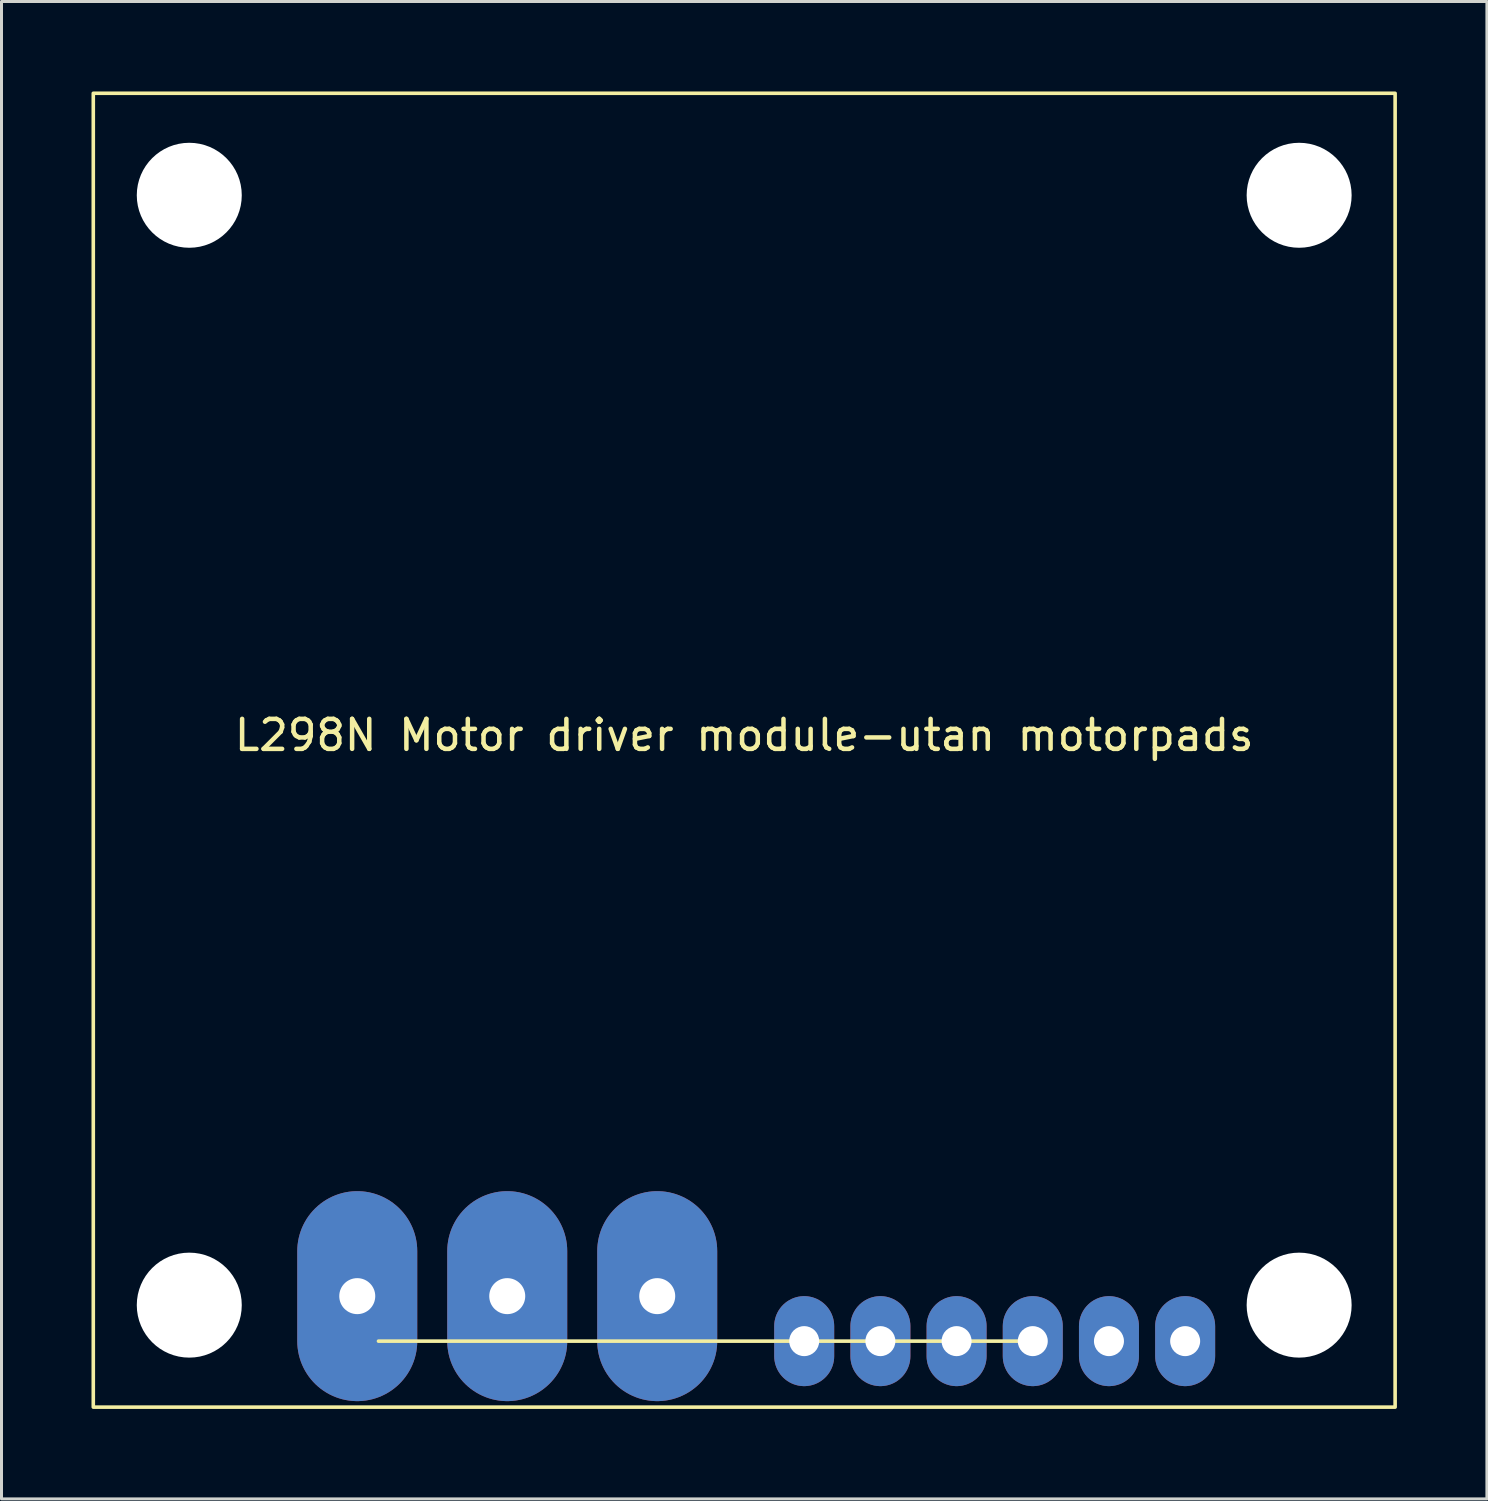
<source format=kicad_pcb>
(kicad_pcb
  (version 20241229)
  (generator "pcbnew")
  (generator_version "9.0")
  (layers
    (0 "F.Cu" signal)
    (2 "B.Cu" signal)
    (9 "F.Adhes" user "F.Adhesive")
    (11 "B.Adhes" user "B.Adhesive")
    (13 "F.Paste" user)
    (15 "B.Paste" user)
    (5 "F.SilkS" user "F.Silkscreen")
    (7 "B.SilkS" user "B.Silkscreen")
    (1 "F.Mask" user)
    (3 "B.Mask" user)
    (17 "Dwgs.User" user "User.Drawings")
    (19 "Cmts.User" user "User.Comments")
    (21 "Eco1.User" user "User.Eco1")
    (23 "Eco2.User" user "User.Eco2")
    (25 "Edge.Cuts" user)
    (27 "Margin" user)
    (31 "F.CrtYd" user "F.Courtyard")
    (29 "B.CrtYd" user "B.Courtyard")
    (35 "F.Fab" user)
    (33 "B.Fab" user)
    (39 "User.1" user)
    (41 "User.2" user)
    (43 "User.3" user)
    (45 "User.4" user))
  (footprint "L298N Motor driver module-utan motorpads"
    (layer "F.Cu")
    (at 21.76 21.96)
    (property "Reference" "L298N Motor driver module-utan motorpads" (at 0 -0.5 0) (unlocked yes) (layer "F.SilkS") (effects (font (size 1 1) (thickness 0.15))))
    (attr through_hole)
    (fp_line (start -12.192 19.7) (end 9.398 19.7) (stroke (width 0.12) (type default)) (layer "F.SilkS"))
    (fp_rect (start -21.7 -21.9) (end 21.7 21.9) (stroke (width 0.12) (type default)) (fill no) (layer "F.SilkS"))
    (pad "" np_thru_hole circle (at -18.5 -18.5) (size 3.5 3.5) (drill 3.5) (layers "*.Cu" "*.Mask"))
    (pad "" np_thru_hole circle (at -18.5 18.5) (size 3.5 3.5) (drill 3.5) (layers "*.Cu" "*.Mask"))
    (pad "" np_thru_hole circle (at 18.5 -18.5) (size 3.5 3.5) (drill 3.5) (layers "*.Cu" "*.Mask"))
    (pad "" np_thru_hole circle (at 18.5 18.5) (size 3.5 3.5) (drill 3.5) (layers "*.Cu" "*.Mask"))
    (pad "1" thru_hole oval (at 2 19.7) (size 2 3) (drill 1) (layers "*.Cu" "*.Mask"))
    (pad "2" thru_hole oval (at 4.54 19.7) (size 2 3) (drill 1) (layers "*.Cu" "*.Mask"))
    (pad "3" thru_hole oval (at 7.08 19.7) (size 2 3) (drill 1) (layers "*.Cu" "*.Mask"))
    (pad "4" thru_hole oval (at 9.62 19.7) (size 2 3) (drill 1) (layers "*.Cu" "*.Mask"))
    (pad "5" thru_hole oval (at 12.16 19.7) (size 2 3) (drill 1) (layers "*.Cu" "*.Mask"))
    (pad "6" thru_hole oval (at 14.7 19.7) (size 2 3) (drill 1) (layers "*.Cu" "*.Mask"))
    (pad "7" thru_hole oval (at -12.9 18.2) (size 4 7) (drill 1.2) (layers "*.Cu" "*.Mask"))
    (pad "8" thru_hole oval (at -7.9 18.2) (size 4 7) (drill 1.2) (layers "*.Cu" "*.Mask"))
    (pad "9" thru_hole oval (at -2.9 18.2) (size 4 7) (drill 1.2) (layers "*.Cu" "*.Mask")))
  (gr_rect
    (start -3 -3)
    (end 46.52 46.92)
    (stroke (width 0.1) (type default))
    (fill no)
    (layer "Edge.Cuts")))
</source>
